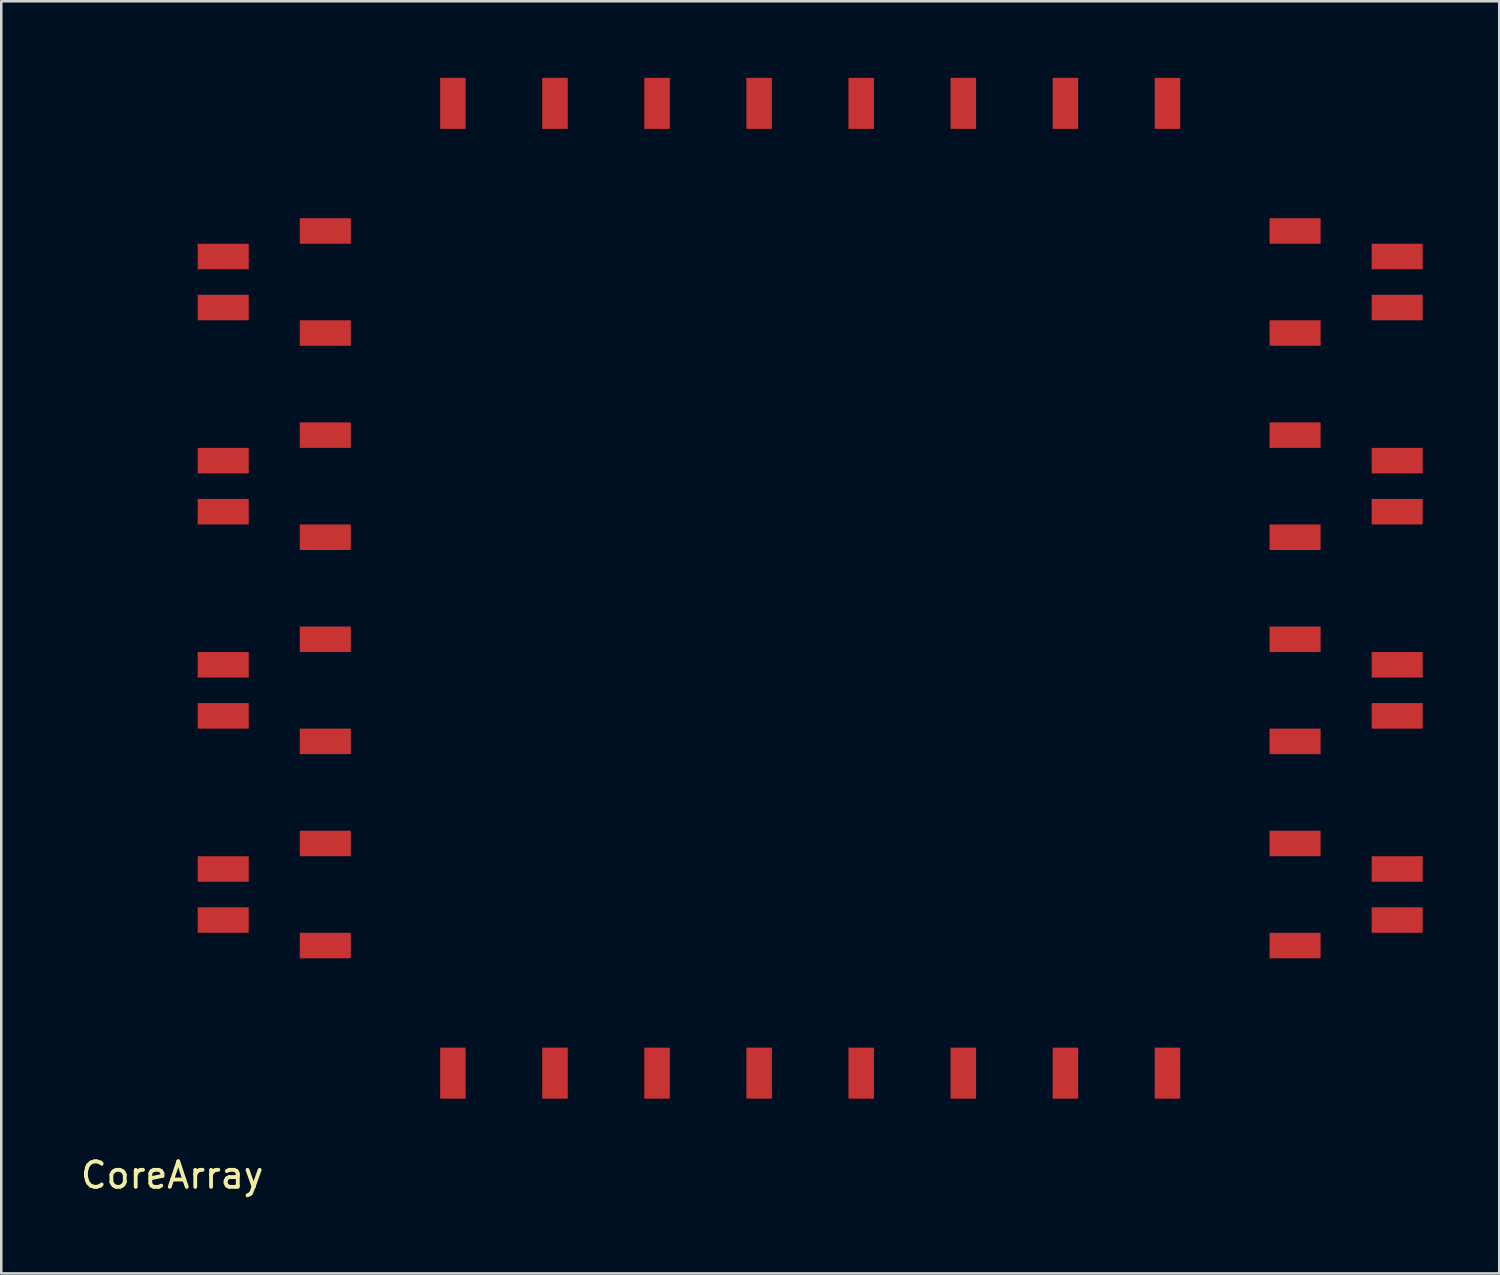
<source format=kicad_pcb>
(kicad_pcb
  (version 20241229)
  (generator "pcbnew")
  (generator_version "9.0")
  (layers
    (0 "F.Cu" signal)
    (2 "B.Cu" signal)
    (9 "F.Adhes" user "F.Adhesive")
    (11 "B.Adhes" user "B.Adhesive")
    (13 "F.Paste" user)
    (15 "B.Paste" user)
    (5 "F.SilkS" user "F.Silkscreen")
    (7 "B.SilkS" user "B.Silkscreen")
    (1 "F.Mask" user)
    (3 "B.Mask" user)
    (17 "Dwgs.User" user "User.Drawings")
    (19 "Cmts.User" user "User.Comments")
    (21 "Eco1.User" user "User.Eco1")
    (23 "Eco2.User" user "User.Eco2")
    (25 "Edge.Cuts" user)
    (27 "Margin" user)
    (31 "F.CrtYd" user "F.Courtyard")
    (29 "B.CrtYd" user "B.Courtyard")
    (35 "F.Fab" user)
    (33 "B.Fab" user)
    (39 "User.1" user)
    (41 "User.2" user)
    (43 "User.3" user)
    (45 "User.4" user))
  (footprint "CoreArray"
    (layer "F.Cu")
    (at 28.696 20)
    (property "Reference" "CoreArray" (at -25 23 0) (layer "F.SilkS") (effects (font (size 1 1) (thickness 0.15))))
    (attr through_hole)
    (fp_line (start -17 -17) (end 17 -17) (stroke (width 0.12) (type solid)) (layer "Eco2.User"))
    (fp_line (start -17 17) (end -17 -17) (stroke (width 0.12) (type solid)) (layer "Eco2.User"))
    (fp_line (start 17 -17) (end 17 17) (stroke (width 0.12) (type solid)) (layer "Eco2.User"))
    (fp_line (start 17 17) (end -17 17) (stroke (width 0.12) (type solid)) (layer "Eco2.User"))
    (pad "1" smd rect (at -19 -14 90) (size 1 2) (layers "F.Cu" "F.Mask" "F.Paste"))
    (pad "2" smd rect (at -19 -10 90) (size 1 2) (layers "F.Cu" "F.Mask" "F.Paste"))
    (pad "3" smd rect (at -19 -6 90) (size 1 2) (layers "F.Cu" "F.Mask" "F.Paste"))
    (pad "4" smd rect (at -19 -2 90) (size 1 2) (layers "F.Cu" "F.Mask" "F.Paste"))
    (pad "5" smd rect (at -19 2 90) (size 1 2) (layers "F.Cu" "F.Mask" "F.Paste"))
    (pad "6" smd rect (at -19 6 90) (size 1 2) (layers "F.Cu" "F.Mask" "F.Paste"))
    (pad "7" smd rect (at -19 10 90) (size 1 2) (layers "F.Cu" "F.Mask" "F.Paste"))
    (pad "8" smd rect (at -19 14 90) (size 1 2) (layers "F.Cu" "F.Mask" "F.Paste"))
    (pad "9" smd rect (at -14 19 180) (size 1 2) (layers "F.Cu" "F.Mask" "F.Paste"))
    (pad "10" smd rect (at -10 19 180) (size 1 2) (layers "F.Cu" "F.Mask" "F.Paste"))
    (pad "11" smd rect (at -6 19 180) (size 1 2) (layers "F.Cu" "F.Mask" "F.Paste"))
    (pad "12" smd rect (at -2 19 180) (size 1 2) (layers "F.Cu" "F.Mask" "F.Paste"))
    (pad "13" smd rect (at 2 19 180) (size 1 2) (layers "F.Cu" "F.Mask" "F.Paste"))
    (pad "14" smd rect (at 6 19 180) (size 1 2) (layers "F.Cu" "F.Mask" "F.Paste"))
    (pad "15" smd rect (at 10 19 180) (size 1 2) (layers "F.Cu" "F.Mask" "F.Paste"))
    (pad "16" smd rect (at 14 19 180) (size 1 2) (layers "F.Cu" "F.Mask" "F.Paste"))
    (pad "17" smd rect (at 19 14 90) (size 1 2) (layers "F.Cu" "F.Mask" "F.Paste"))
    (pad "18" smd rect (at 19 10 90) (size 1 2) (layers "F.Cu" "F.Mask" "F.Paste"))
    (pad "19" smd rect (at 19 6 90) (size 1 2) (layers "F.Cu" "F.Mask" "F.Paste"))
    (pad "20" smd rect (at 19 2 90) (size 1 2) (layers "F.Cu" "F.Mask" "F.Paste"))
    (pad "21" smd rect (at 19 -2 90) (size 1 2) (layers "F.Cu" "F.Mask" "F.Paste"))
    (pad "22" smd rect (at 19 -6 90) (size 1 2) (layers "F.Cu" "F.Mask" "F.Paste"))
    (pad "23" smd rect (at 19 -10 90) (size 1 2) (layers "F.Cu" "F.Mask" "F.Paste"))
    (pad "24" smd rect (at 19 -14 90) (size 1 2) (layers "F.Cu" "F.Mask" "F.Paste"))
    (pad "25" smd rect (at 14 -19) (size 1 2) (layers "F.Cu" "F.Mask" "F.Paste"))
    (pad "26" smd rect (at 10 -19) (size 1 2) (layers "F.Cu" "F.Mask" "F.Paste"))
    (pad "27" smd rect (at 6 -19) (size 1 2) (layers "F.Cu" "F.Mask" "F.Paste"))
    (pad "28" smd rect (at 2 -19) (size 1 2) (layers "F.Cu" "F.Mask" "F.Paste"))
    (pad "29" smd rect (at -2 -19) (size 1 2) (layers "F.Cu" "F.Mask" "F.Paste"))
    (pad "30" smd rect (at -6 -19) (size 1 2) (layers "F.Cu" "F.Mask" "F.Paste"))
    (pad "31" smd rect (at -10 -19) (size 1 2) (layers "F.Cu" "F.Mask" "F.Paste"))
    (pad "32" smd rect (at -14 -19) (size 1 2) (layers "F.Cu" "F.Mask" "F.Paste"))
    (pad "33" smd rect (at -23 -13 90) (size 1 2) (layers "F.Cu" "F.Mask" "F.Paste"))
    (pad "34" smd rect (at -23 -11 90) (size 1 2) (layers "F.Cu" "F.Mask" "F.Paste"))
    (pad "35" smd rect (at -23 -5 90) (size 1 2) (layers "F.Cu" "F.Mask" "F.Paste"))
    (pad "36" smd rect (at -23 -3 90) (size 1 2) (layers "F.Cu" "F.Mask" "F.Paste"))
    (pad "37" smd rect (at -23 3 90) (size 1 2) (layers "F.Cu" "F.Mask" "F.Paste"))
    (pad "38" smd rect (at -23 5 90) (size 1 2) (layers "F.Cu" "F.Mask" "F.Paste"))
    (pad "39" smd rect (at -23 11 90) (size 1 2) (layers "F.Cu" "F.Mask" "F.Paste"))
    (pad "40" smd rect (at -23 13 90) (size 1 2) (layers "F.Cu" "F.Mask" "F.Paste"))
    (pad "41" smd rect (at 23 -13 90) (size 1 2) (layers "F.Cu" "F.Mask" "F.Paste"))
    (pad "42" smd rect (at 23 -11 90) (size 1 2) (layers "F.Cu" "F.Mask" "F.Paste"))
    (pad "43" smd rect (at 23 -5 90) (size 1 2) (layers "F.Cu" "F.Mask" "F.Paste"))
    (pad "44" smd rect (at 23 -3 90) (size 1 2) (layers "F.Cu" "F.Mask" "F.Paste"))
    (pad "45" smd rect (at 23 3 90) (size 1 2) (layers "F.Cu" "F.Mask" "F.Paste"))
    (pad "46" smd rect (at 23 5 90) (size 1 2) (layers "F.Cu" "F.Mask" "F.Paste"))
    (pad "47" smd rect (at 23 11 90) (size 1 2) (layers "F.Cu" "F.Mask" "F.Paste"))
    (pad "48" smd rect (at 23 13 90) (size 1 2) (layers "F.Cu" "F.Mask" "F.Paste")))
  (gr_rect
    (start -3 -3)
    (end 55.696 46.848)
    (stroke (width 0.1) (type default))
    (fill no)
    (layer "Edge.Cuts")))
</source>
